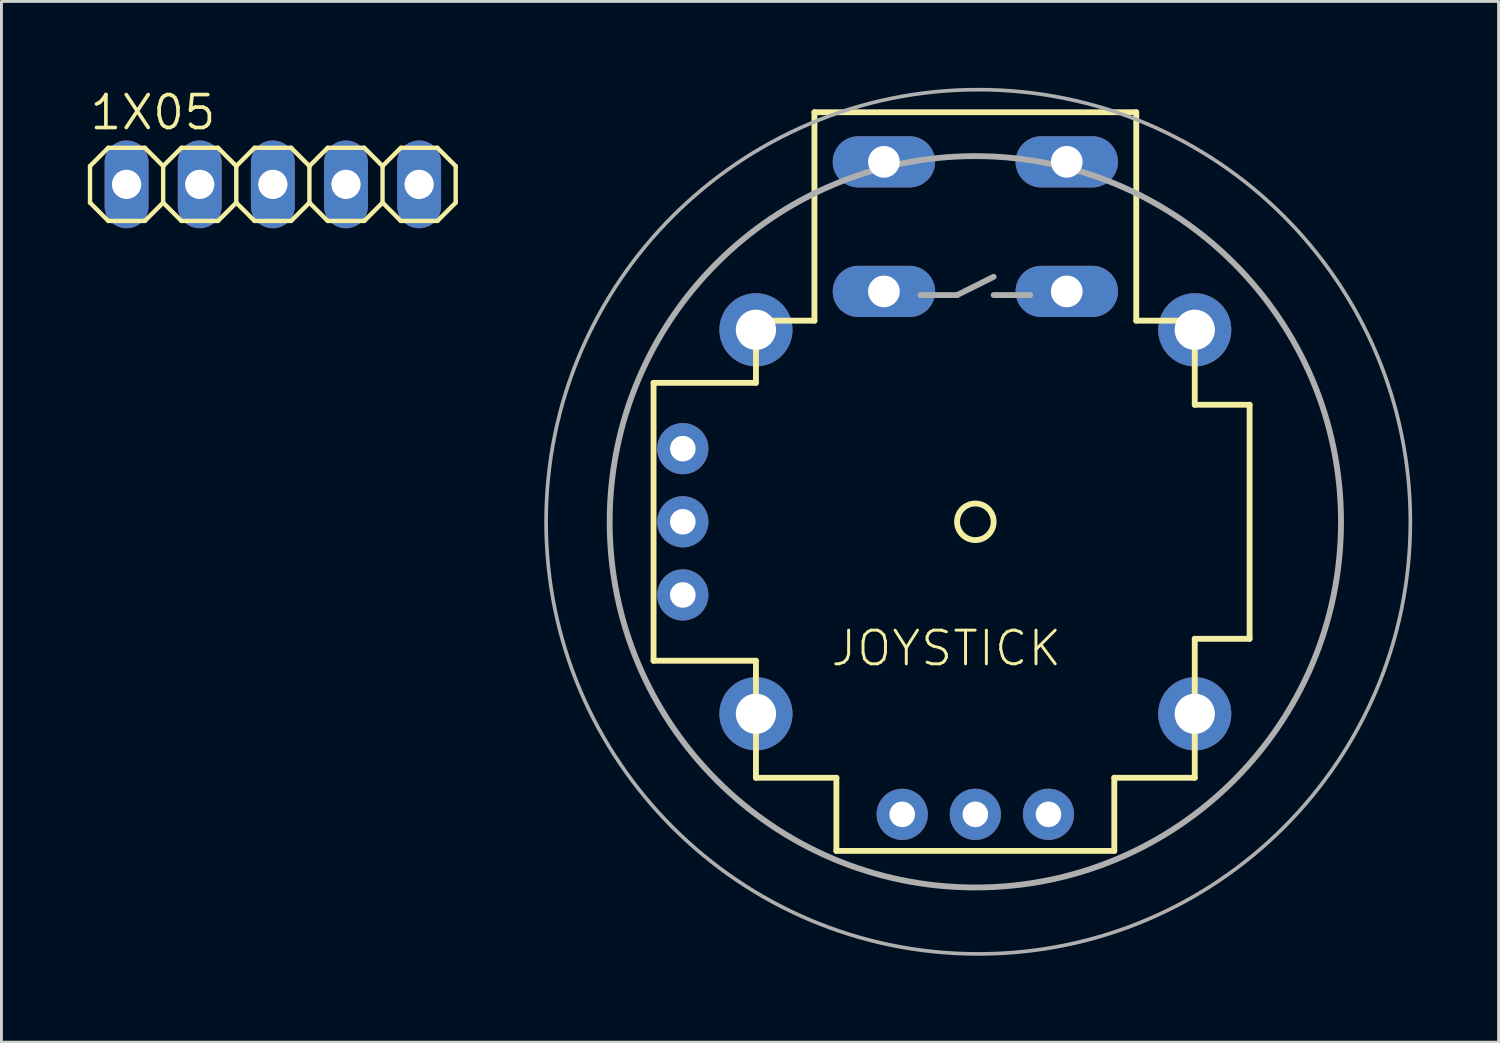
<source format=kicad_pcb>
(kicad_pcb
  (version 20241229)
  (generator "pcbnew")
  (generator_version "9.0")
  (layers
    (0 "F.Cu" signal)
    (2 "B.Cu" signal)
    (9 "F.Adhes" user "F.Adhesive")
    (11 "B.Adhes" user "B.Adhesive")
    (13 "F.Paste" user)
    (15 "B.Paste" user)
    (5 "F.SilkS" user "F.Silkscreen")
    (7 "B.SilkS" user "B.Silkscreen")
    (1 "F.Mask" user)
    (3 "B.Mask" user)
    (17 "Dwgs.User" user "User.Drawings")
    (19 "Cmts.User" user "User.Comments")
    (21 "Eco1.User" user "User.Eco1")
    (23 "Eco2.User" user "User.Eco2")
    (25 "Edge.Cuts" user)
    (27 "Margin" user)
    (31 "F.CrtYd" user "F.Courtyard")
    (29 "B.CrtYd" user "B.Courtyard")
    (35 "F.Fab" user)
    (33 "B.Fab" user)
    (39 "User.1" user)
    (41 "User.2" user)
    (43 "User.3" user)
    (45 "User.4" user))
  (footprint "JOYSTICK"
    (layer "F.Cu")
    (at 30.824 15.072)
    (property "Reference" "JOYSTICK" (at -5.08 5.08 0) (unlocked yes) (layer "F.SilkS") (effects (font (size 1.168 1.168) (thickness 0.102)) (justify left bottom)))
    (fp_line (start -11.176 -4.826) (end -11.176 4.826) (stroke (width 0.203) (type solid)) (layer "F.SilkS"))
    (fp_line (start -7.62 -4.826) (end -11.176 -4.826) (stroke (width 0.203) (type solid)) (layer "F.SilkS"))
    (fp_line (start -7.62 -4.826) (end -7.62 -6.985) (stroke (width 0.203) (type solid)) (layer "F.SilkS"))
    (fp_line (start -7.62 4.826) (end -11.176 4.826) (stroke (width 0.203) (type solid)) (layer "F.SilkS"))
    (fp_line (start -7.62 4.826) (end -7.62 8.89) (stroke (width 0.203) (type solid)) (layer "F.SilkS"))
    (fp_line (start -5.588 -14.224) (end -5.588 -6.985) (stroke (width 0.203) (type solid)) (layer "F.SilkS"))
    (fp_line (start -5.588 -6.985) (end -7.62 -6.985) (stroke (width 0.203) (type solid)) (layer "F.SilkS"))
    (fp_line (start -4.826 8.89) (end -7.62 8.89) (stroke (width 0.203) (type solid)) (layer "F.SilkS"))
    (fp_line (start -4.826 11.43) (end -4.826 8.89) (stroke (width 0.203) (type solid)) (layer "F.SilkS"))
    (fp_line (start 4.826 8.89) (end 7.62 8.89) (stroke (width 0.203) (type solid)) (layer "F.SilkS"))
    (fp_line (start 4.826 11.43) (end -4.826 11.43) (stroke (width 0.203) (type solid)) (layer "F.SilkS"))
    (fp_line (start 4.826 11.43) (end 4.826 8.89) (stroke (width 0.203) (type solid)) (layer "F.SilkS"))
    (fp_line (start 5.588 -14.224) (end -5.588 -14.224) (stroke (width 0.203) (type solid)) (layer "F.SilkS"))
    (fp_line (start 5.588 -14.224) (end 5.588 -6.985) (stroke (width 0.203) (type solid)) (layer "F.SilkS"))
    (fp_line (start 7.62 -6.985) (end 5.588 -6.985) (stroke (width 0.203) (type solid)) (layer "F.SilkS"))
    (fp_line (start 7.62 -4.064) (end 7.62 -6.985) (stroke (width 0.203) (type solid)) (layer "F.SilkS"))
    (fp_line (start 7.62 -4.064) (end 9.525 -4.064) (stroke (width 0.203) (type solid)) (layer "F.SilkS"))
    (fp_line (start 7.62 4.064) (end 7.62 8.89) (stroke (width 0.203) (type solid)) (layer "F.SilkS"))
    (fp_line (start 7.62 4.064) (end 9.525 4.064) (stroke (width 0.203) (type solid)) (layer "F.SilkS"))
    (fp_line (start 9.525 -4.064) (end 9.525 4.064) (stroke (width 0.203) (type solid)) (layer "F.SilkS"))
    (fp_circle (center 0 0) (end 0.635 0) (stroke (width 0.203) (type solid)) (fill no) (layer "F.SilkS"))
    (fp_line (start -1.905 -7.874) (end -0.635 -7.874) (stroke (width 0.203) (type solid)) (layer "F.Fab"))
    (fp_line (start -0.635 -7.874) (end 0.635 -8.509) (stroke (width 0.203) (type solid)) (layer "F.Fab"))
    (fp_line (start 0.635 -7.874) (end 1.905 -7.874) (stroke (width 0.203) (type solid)) (layer "F.Fab"))
    (fp_circle (center 0 0) (end 12.7 0) (stroke (width 0.203) (type solid)) (fill no) (layer "F.Fab"))
    (fp_circle (center 0.1 0) (end 15.108 0) (stroke (width 0.127) (type solid)) (fill no) (layer "F.Fab"))
    (pad "B1A" thru_hole oval (at -3.175 -12.501) (size 3.556 1.778) (drill 1.1) (layers "*.Cu" "*.Mask"))
    (pad "B1B" thru_hole oval (at 3.175 -12.501) (size 3.556 1.778) (drill 1.1) (layers "*.Cu" "*.Mask"))
    (pad "B2A" thru_hole oval (at -3.175 -8.001) (size 3.556 1.778) (drill 1.1) (layers "*.Cu" "*.Mask"))
    (pad "B2B" thru_hole oval (at 3.175 -8.001) (size 3.556 1.778) (drill 1.1) (layers "*.Cu" "*.Mask"))
    (pad "H1" thru_hole circle (at -2.54 10.16) (size 1.778 1.778) (drill 0.889) (layers "*.Cu" "*.Mask"))
    (pad "H2" thru_hole circle (at 0 10.16) (size 1.778 1.778) (drill 0.889) (layers "*.Cu" "*.Mask"))
    (pad "H3" thru_hole circle (at 2.54 10.16) (size 1.778 1.778) (drill 0.889) (layers "*.Cu" "*.Mask"))
    (pad "MOUNT1" thru_hole circle (at -7.62 -6.668) (size 2.54 2.54) (drill 1.397) (layers "*.Cu" "*.Mask"))
    (pad "MOUNT2" thru_hole circle (at -7.62 6.668) (size 2.54 2.54) (drill 1.397) (layers "*.Cu" "*.Mask"))
    (pad "MOUNT3" thru_hole circle (at 7.62 6.668) (size 2.54 2.54) (drill 1.397) (layers "*.Cu" "*.Mask"))
    (pad "MOUNT4" thru_hole circle (at 7.62 -6.668) (size 2.54 2.54) (drill 1.397) (layers "*.Cu" "*.Mask"))
    (pad "V1" thru_hole circle (at -10.16 -2.54) (size 1.778 1.778) (drill 0.889) (layers "*.Cu" "*.Mask"))
    (pad "V2" thru_hole circle (at -10.16 0) (size 1.778 1.778) (drill 0.889) (layers "*.Cu" "*.Mask"))
    (pad "V3" thru_hole circle (at -10.16 2.54) (size 1.778 1.778) (drill 0.889) (layers "*.Cu" "*.Mask")))
  (footprint "1X05"
    (layer "F.Cu")
    (at 6.426 3.353)
    (property "Reference" "1X05" (at -6.426 -1.829 0) (unlocked yes) (layer "F.SilkS") (effects (font (size 1.143 1.143) (thickness 0.127)) (justify left bottom)))
    (fp_line (start -6.35 -0.635) (end -6.35 0.635) (stroke (width 0.152) (type solid)) (layer "F.SilkS"))
    (fp_line (start -6.35 0.635) (end -5.715 1.27) (stroke (width 0.152) (type solid)) (layer "F.SilkS"))
    (fp_line (start -5.715 -1.27) (end -6.35 -0.635) (stroke (width 0.152) (type solid)) (layer "F.SilkS"))
    (fp_line (start -5.715 -1.27) (end -4.445 -1.27) (stroke (width 0.152) (type solid)) (layer "F.SilkS"))
    (fp_line (start -4.445 -1.27) (end -3.81 -0.635) (stroke (width 0.152) (type solid)) (layer "F.SilkS"))
    (fp_line (start -4.445 1.27) (end -5.715 1.27) (stroke (width 0.152) (type solid)) (layer "F.SilkS"))
    (fp_line (start -3.81 -0.635) (end -3.81 0.635) (stroke (width 0.152) (type solid)) (layer "F.SilkS"))
    (fp_line (start -3.81 -0.635) (end -3.175 -1.27) (stroke (width 0.152) (type solid)) (layer "F.SilkS"))
    (fp_line (start -3.81 0.635) (end -4.445 1.27) (stroke (width 0.152) (type solid)) (layer "F.SilkS"))
    (fp_line (start -3.175 -1.27) (end -1.905 -1.27) (stroke (width 0.152) (type solid)) (layer "F.SilkS"))
    (fp_line (start -3.175 1.27) (end -3.81 0.635) (stroke (width 0.152) (type solid)) (layer "F.SilkS"))
    (fp_line (start -1.905 -1.27) (end -1.27 -0.635) (stroke (width 0.152) (type solid)) (layer "F.SilkS"))
    (fp_line (start -1.905 1.27) (end -3.175 1.27) (stroke (width 0.152) (type solid)) (layer "F.SilkS"))
    (fp_line (start -1.27 -0.635) (end -1.27 0.635) (stroke (width 0.152) (type solid)) (layer "F.SilkS"))
    (fp_line (start -1.27 -0.635) (end -0.635 -1.27) (stroke (width 0.152) (type solid)) (layer "F.SilkS"))
    (fp_line (start -1.27 0.635) (end -1.905 1.27) (stroke (width 0.152) (type solid)) (layer "F.SilkS"))
    (fp_line (start -0.635 -1.27) (end 0.635 -1.27) (stroke (width 0.152) (type solid)) (layer "F.SilkS"))
    (fp_line (start -0.635 1.27) (end -1.27 0.635) (stroke (width 0.152) (type solid)) (layer "F.SilkS"))
    (fp_line (start 0.635 -1.27) (end 1.27 -0.635) (stroke (width 0.152) (type solid)) (layer "F.SilkS"))
    (fp_line (start 0.635 1.27) (end -0.635 1.27) (stroke (width 0.152) (type solid)) (layer "F.SilkS"))
    (fp_line (start 1.27 -0.635) (end 1.27 0.635) (stroke (width 0.152) (type solid)) (layer "F.SilkS"))
    (fp_line (start 1.27 0.635) (end 0.635 1.27) (stroke (width 0.152) (type solid)) (layer "F.SilkS"))
    (fp_line (start 1.27 0.635) (end 1.905 1.27) (stroke (width 0.152) (type solid)) (layer "F.SilkS"))
    (fp_line (start 1.905 -1.27) (end 1.27 -0.635) (stroke (width 0.152) (type solid)) (layer "F.SilkS"))
    (fp_line (start 1.905 -1.27) (end 3.175 -1.27) (stroke (width 0.152) (type solid)) (layer "F.SilkS"))
    (fp_line (start 3.175 -1.27) (end 3.81 -0.635) (stroke (width 0.152) (type solid)) (layer "F.SilkS"))
    (fp_line (start 3.175 1.27) (end 1.905 1.27) (stroke (width 0.152) (type solid)) (layer "F.SilkS"))
    (fp_line (start 3.81 -0.635) (end 3.81 0.635) (stroke (width 0.152) (type solid)) (layer "F.SilkS"))
    (fp_line (start 3.81 0.635) (end 3.175 1.27) (stroke (width 0.152) (type solid)) (layer "F.SilkS"))
    (fp_line (start 3.81 0.635) (end 4.445 1.27) (stroke (width 0.152) (type solid)) (layer "F.SilkS"))
    (fp_line (start 4.445 -1.27) (end 3.81 -0.635) (stroke (width 0.152) (type solid)) (layer "F.SilkS"))
    (fp_line (start 4.445 -1.27) (end 5.715 -1.27) (stroke (width 0.152) (type solid)) (layer "F.SilkS"))
    (fp_line (start 5.715 -1.27) (end 6.35 -0.635) (stroke (width 0.152) (type solid)) (layer "F.SilkS"))
    (fp_line (start 5.715 1.27) (end 4.445 1.27) (stroke (width 0.152) (type solid)) (layer "F.SilkS"))
    (fp_line (start 6.35 -0.635) (end 6.35 0.635) (stroke (width 0.152) (type solid)) (layer "F.SilkS"))
    (fp_line (start 6.35 0.635) (end 5.715 1.27) (stroke (width 0.152) (type solid)) (layer "F.SilkS"))
    (fp_poly (pts (xy -5.334 0.254) (xy -4.826 0.254) (xy -4.826 -0.254) (xy -5.334 -0.254)) (stroke (width 0.1) (type default)) (fill no) (layer "F.Fab"))
    (fp_poly (pts (xy -2.794 0.254) (xy -2.286 0.254) (xy -2.286 -0.254) (xy -2.794 -0.254)) (stroke (width 0.1) (type default)) (fill no) (layer "F.Fab"))
    (fp_poly (pts (xy -0.254 0.254) (xy 0.254 0.254) (xy 0.254 -0.254) (xy -0.254 -0.254)) (stroke (width 0.1) (type default)) (fill no) (layer "F.Fab"))
    (fp_poly (pts (xy 2.286 0.254) (xy 2.794 0.254) (xy 2.794 -0.254) (xy 2.286 -0.254)) (stroke (width 0.1) (type default)) (fill no) (layer "F.Fab"))
    (fp_poly (pts (xy 4.826 0.254) (xy 5.334 0.254) (xy 5.334 -0.254) (xy 4.826 -0.254)) (stroke (width 0.1) (type default)) (fill no) (layer "F.Fab"))
    (pad "1" thru_hole oval (at -5.08 0 90) (size 3.048 1.524) (drill 1.016) (layers "*.Cu" "*.Mask"))
    (pad "2" thru_hole oval (at -2.54 0 90) (size 3.048 1.524) (drill 1.016) (layers "*.Cu" "*.Mask"))
    (pad "3" thru_hole oval (at 0 0 90) (size 3.048 1.524) (drill 1.016) (layers "*.Cu" "*.Mask"))
    (pad "4" thru_hole oval (at 2.54 0 90) (size 3.048 1.524) (drill 1.016) (layers "*.Cu" "*.Mask"))
    (pad "5" thru_hole oval (at 5.08 0 90) (size 3.048 1.524) (drill 1.016) (layers "*.Cu" "*.Mask")))
  (gr_rect
    (start -3 -3)
    (end 48.996 33.144)
    (stroke (width 0.1) (type default))
    (fill no)
    (layer "Edge.Cuts")))
</source>
